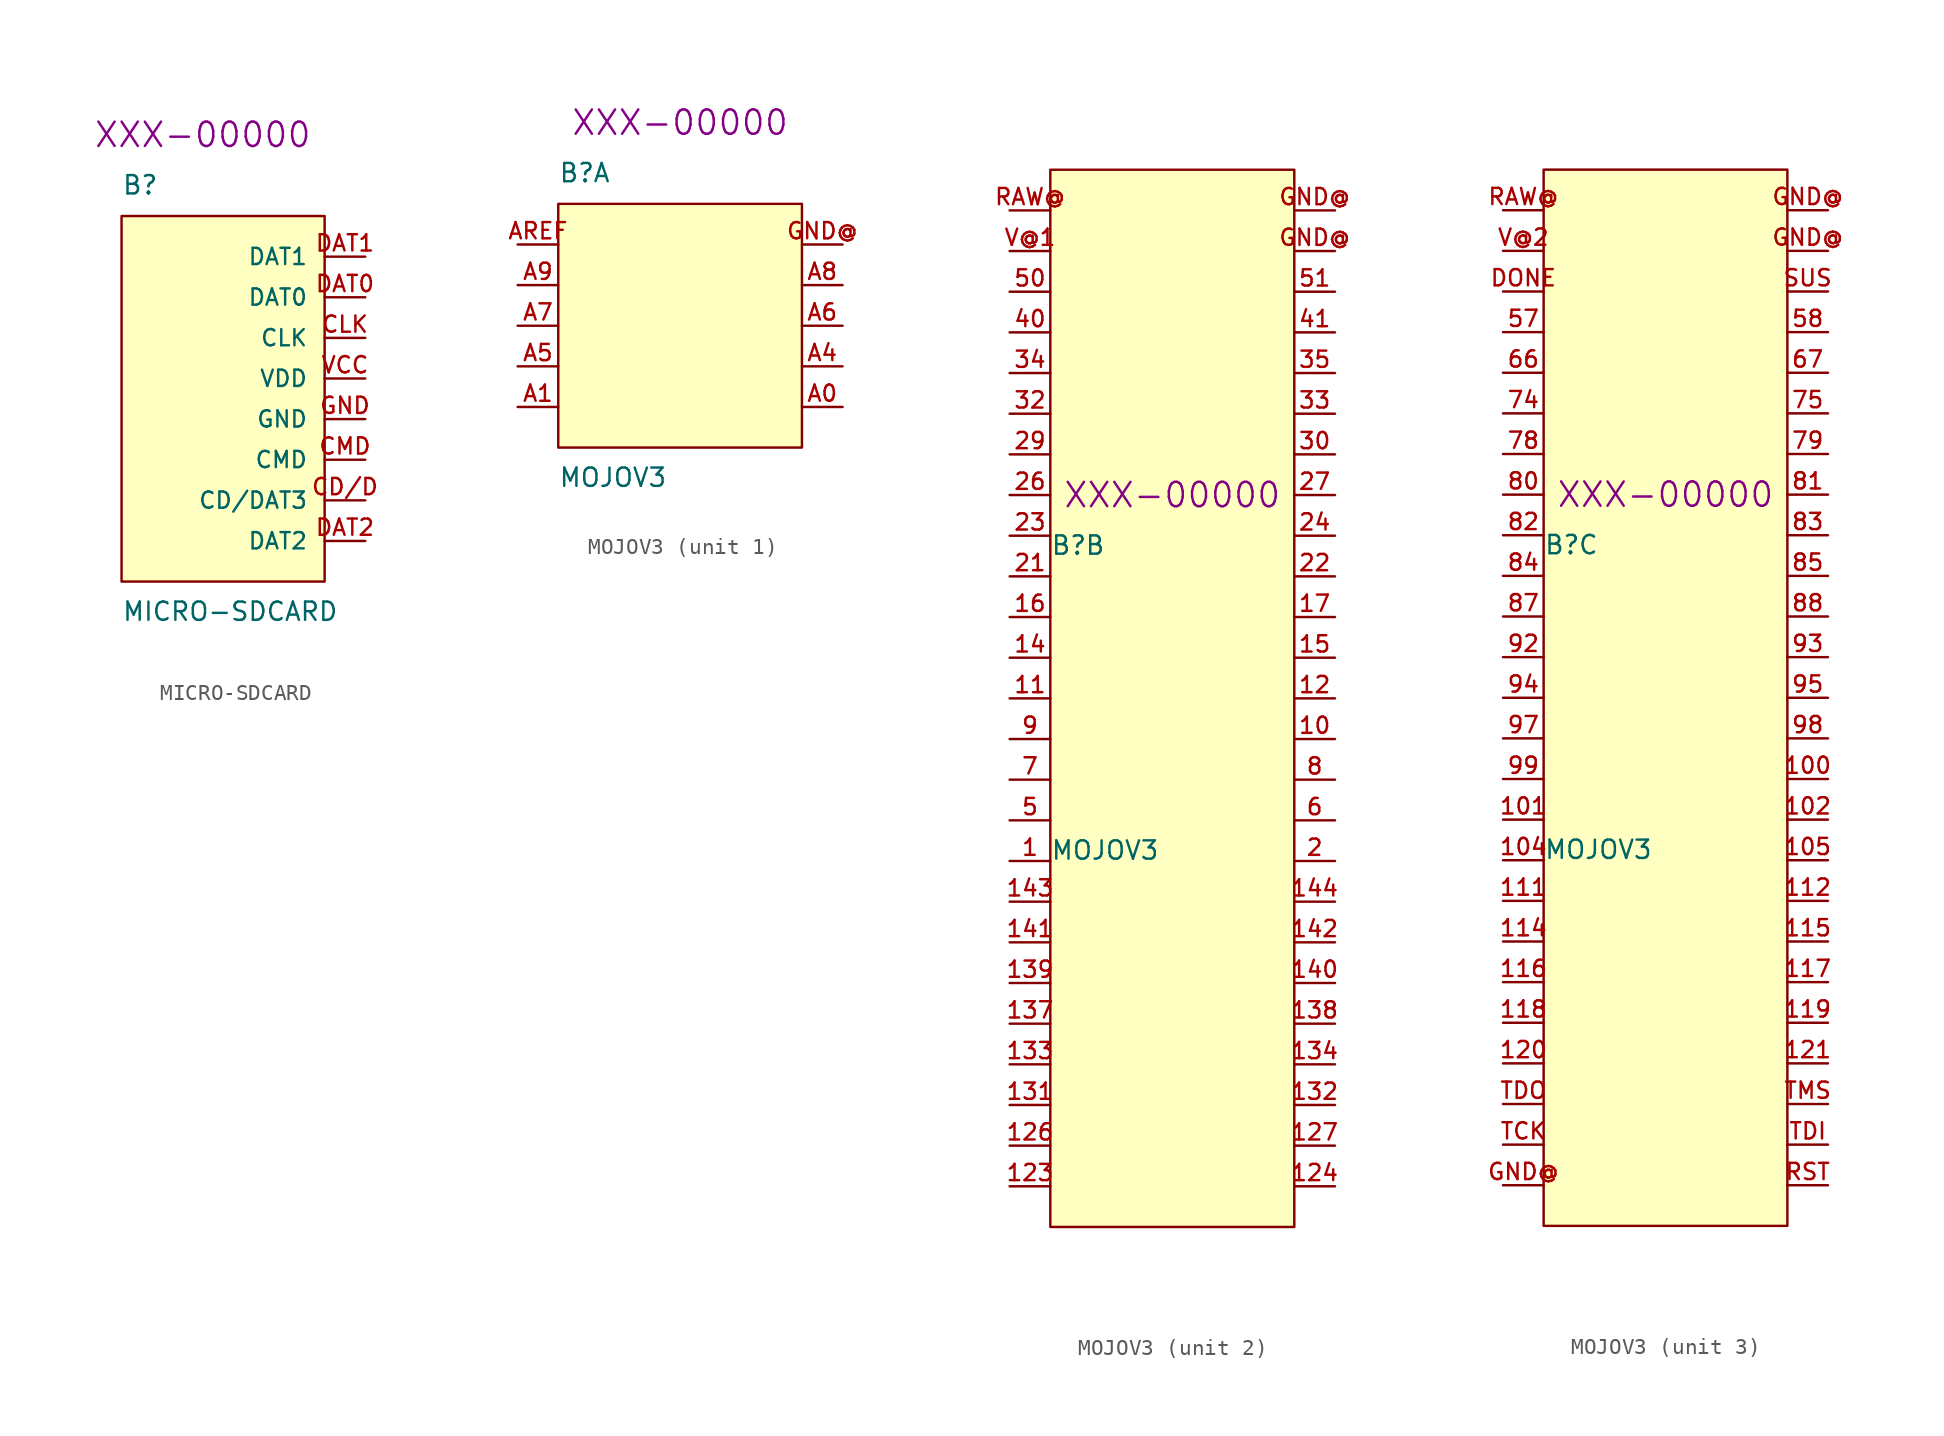
<source format=kicad_sym>
(kicad_symbol_lib
  (version 20211014)
  (generator kicad_symbol_editor)
  (symbol "MICRO-SDCARD"
    (pin_names
      (offset 1.016))
    (property "Reference" "B"
      (at -5.08 13.97 0)
      (effects (font (size 1.143 1.143)) (justify left bottom)))
    (property "Value" "MICRO-SDCARD"
      (at -5.08 -12.7 0)
      (effects (font (size 1.143 1.143)) (justify left bottom)))
    (property "Field4" "XXX-00000"
      (at 0 17.78 0)
      (effects (font (size 1.524 1.524))))
    (property "ki_locked" ""
      (at 0 0 0)
      (effects (font (size 1.27 1.27))))
    (symbol "MICRO-SDCARD_1_1"
      (polyline (pts (xy 7.62 12.7) (xy 7.62 -10.16) (xy -5.08 -10.16) (xy -5.08 12.7) (xy 7.62 12.7)) (stroke (width 0) (type default) (color 0 0 0 0)) (fill (type background)))
      (pin bidirectional line (at 10.16 -5.08 180) (length 2.54) (name "CD/DAT3" (effects (font (size 1.016 1.016)))) (number "CD/D" (effects (font (size 1.016 1.016)))))
      (pin bidirectional line (at 10.16 5.08 180) (length 2.54) (name "CLK" (effects (font (size 1.016 1.016)))) (number "CLK" (effects (font (size 1.016 1.016)))))
      (pin bidirectional line (at 10.16 -2.54 180) (length 2.54) (name "CMD" (effects (font (size 1.016 1.016)))) (number "CMD" (effects (font (size 1.016 1.016)))))
      (pin bidirectional line (at 10.16 7.62 180) (length 2.54) (name "DAT0" (effects (font (size 1.016 1.016)))) (number "DAT0" (effects (font (size 1.016 1.016)))))
      (pin bidirectional line (at 10.16 10.16 180) (length 2.54) (name "DAT1" (effects (font (size 1.016 1.016)))) (number "DAT1" (effects (font (size 1.016 1.016)))))
      (pin bidirectional line (at 10.16 -7.62 180) (length 2.54) (name "DAT2" (effects (font (size 1.016 1.016)))) (number "DAT2" (effects (font (size 1.016 1.016)))))
      (pin power_in line (at 10.16 0 180) (length 2.54) (name "GND" (effects (font (size 1.016 1.016)))) (number "GND" (effects (font (size 1.016 1.016)))))
      (pin power_in line (at 10.16 2.54 180) (length 2.54) (name "VDD" (effects (font (size 1.016 1.016)))) (number "VCC" (effects (font (size 1.016 1.016)))))))
  (symbol "MOJOV3"
    (pin_names
      (offset 1.016) hide)
    (property "Reference" "B"
      (at -7.62 8.89 0)
      (effects (font (size 1.143 1.143)) (justify left bottom)))
    (property "Value" "MOJOV3"
      (at -7.62 -10.16 0)
      (effects (font (size 1.143 1.143)) (justify left bottom)))
    (property "Field4" "XXX-00000"
      (at 0 12.7 0)
      (effects (font (size 1.524 1.524))))
    (property "ki_locked" ""
      (at 0 0 0)
      (effects (font (size 1.27 1.27))))
    (symbol "MOJOV3_1_1"
      (polyline (pts (xy -7.62 7.62) (xy 7.62 7.62) (xy 7.62 -7.62) (xy -7.62 -7.62) (xy -7.62 7.62)) (stroke (width 0) (type default) (color 0 0 0 0)) (fill (type background)))
      (pin input line (at 10.16 -5.08 180) (length 2.54) (name "A0" (effects (font (size 1.016 1.016)))) (number "A0" (effects (font (size 1.016 1.016)))))
      (pin input line (at -10.16 -5.08 0) (length 2.54) (name "A1" (effects (font (size 1.016 1.016)))) (number "A1" (effects (font (size 1.016 1.016)))))
      (pin input line (at 10.16 -2.54 180) (length 2.54) (name "A4" (effects (font (size 1.016 1.016)))) (number "A4" (effects (font (size 1.016 1.016)))))
      (pin input line (at -10.16 -2.54 0) (length 2.54) (name "A5" (effects (font (size 1.016 1.016)))) (number "A5" (effects (font (size 1.016 1.016)))))
      (pin input line (at 10.16 0 180) (length 2.54) (name "A6" (effects (font (size 1.016 1.016)))) (number "A6" (effects (font (size 1.016 1.016)))))
      (pin input line (at -10.16 0 0) (length 2.54) (name "A7" (effects (font (size 1.016 1.016)))) (number "A7" (effects (font (size 1.016 1.016)))))
      (pin input line (at 10.16 2.54 180) (length 2.54) (name "A8" (effects (font (size 1.016 1.016)))) (number "A8" (effects (font (size 1.016 1.016)))))
      (pin input line (at -10.16 2.54 0) (length 2.54) (name "A9" (effects (font (size 1.016 1.016)))) (number "A9" (effects (font (size 1.016 1.016)))))
      (pin input line (at -10.16 5.08 0) (length 2.54) (name "AREF" (effects (font (size 1.016 1.016)))) (number "AREF" (effects (font (size 1.016 1.016)))))
      (pin power_out line (at 10.16 5.08 180) (length 2.54) (name "GND" (effects (font (size 1.016 1.016)))) (number "GND@" (effects (font (size 1.016 1.016))))))
    (symbol "MOJOV3_2_1"
      (polyline (pts (xy -7.62 33.02) (xy 7.62 33.02) (xy 7.62 -33.02) (xy -7.62 -33.02) (xy -7.62 33.02)) (stroke (width 0) (type default) (color 0 0 0 0)) (fill (type background)))
      (pin bidirectional line (at -10.16 -10.16 0) (length 2.54) (name "1" (effects (font (size 1.016 1.016)))) (number "1" (effects (font (size 1.016 1.016)))))
      (pin bidirectional line (at 10.16 -2.54 180) (length 2.54) (name "10" (effects (font (size 1.016 1.016)))) (number "10" (effects (font (size 1.016 1.016)))))
      (pin bidirectional line (at -10.16 0 0) (length 2.54) (name "11" (effects (font (size 1.016 1.016)))) (number "11" (effects (font (size 1.016 1.016)))))
      (pin bidirectional line (at 10.16 0 180) (length 2.54) (name "12" (effects (font (size 1.016 1.016)))) (number "12" (effects (font (size 1.016 1.016)))))
      (pin bidirectional line (at -10.16 -30.48 0) (length 2.54) (name "123" (effects (font (size 1.016 1.016)))) (number "123" (effects (font (size 1.016 1.016)))))
      (pin bidirectional line (at 10.16 -30.48 180) (length 2.54) (name "124" (effects (font (size 1.016 1.016)))) (number "124" (effects (font (size 1.016 1.016)))))
      (pin bidirectional line (at -10.16 -27.94 0) (length 2.54) (name "126" (effects (font (size 1.016 1.016)))) (number "126" (effects (font (size 1.016 1.016)))))
      (pin bidirectional line (at 10.16 -27.94 180) (length 2.54) (name "127" (effects (font (size 1.016 1.016)))) (number "127" (effects (font (size 1.016 1.016)))))
      (pin bidirectional line (at -10.16 -25.4 0) (length 2.54) (name "131" (effects (font (size 1.016 1.016)))) (number "131" (effects (font (size 1.016 1.016)))))
      (pin bidirectional line (at 10.16 -25.4 180) (length 2.54) (name "132" (effects (font (size 1.016 1.016)))) (number "132" (effects (font (size 1.016 1.016)))))
      (pin bidirectional line (at -10.16 -22.86 0) (length 2.54) (name "133" (effects (font (size 1.016 1.016)))) (number "133" (effects (font (size 1.016 1.016)))))
      (pin bidirectional line (at 10.16 -22.86 180) (length 2.54) (name "134" (effects (font (size 1.016 1.016)))) (number "134" (effects (font (size 1.016 1.016)))))
      (pin bidirectional line (at -10.16 -20.32 0) (length 2.54) (name "137" (effects (font (size 1.016 1.016)))) (number "137" (effects (font (size 1.016 1.016)))))
      (pin bidirectional line (at 10.16 -20.32 180) (length 2.54) (name "138" (effects (font (size 1.016 1.016)))) (number "138" (effects (font (size 1.016 1.016)))))
      (pin bidirectional line (at -10.16 -17.78 0) (length 2.54) (name "139" (effects (font (size 1.016 1.016)))) (number "139" (effects (font (size 1.016 1.016)))))
      (pin bidirectional line (at -10.16 2.54 0) (length 2.54) (name "14" (effects (font (size 1.016 1.016)))) (number "14" (effects (font (size 1.016 1.016)))))
      (pin bidirectional line (at 10.16 -17.78 180) (length 2.54) (name "140" (effects (font (size 1.016 1.016)))) (number "140" (effects (font (size 1.016 1.016)))))
      (pin bidirectional line (at -10.16 -15.24 0) (length 2.54) (name "141" (effects (font (size 1.016 1.016)))) (number "141" (effects (font (size 1.016 1.016)))))
      (pin bidirectional line (at 10.16 -15.24 180) (length 2.54) (name "142" (effects (font (size 1.016 1.016)))) (number "142" (effects (font (size 1.016 1.016)))))
      (pin bidirectional line (at -10.16 -12.7 0) (length 2.54) (name "143" (effects (font (size 1.016 1.016)))) (number "143" (effects (font (size 1.016 1.016)))))
      (pin bidirectional line (at 10.16 -12.7 180) (length 2.54) (name "144" (effects (font (size 1.016 1.016)))) (number "144" (effects (font (size 1.016 1.016)))))
      (pin bidirectional line (at 10.16 2.54 180) (length 2.54) (name "15" (effects (font (size 1.016 1.016)))) (number "15" (effects (font (size 1.016 1.016)))))
      (pin bidirectional line (at -10.16 5.08 0) (length 2.54) (name "16" (effects (font (size 1.016 1.016)))) (number "16" (effects (font (size 1.016 1.016)))))
      (pin bidirectional line (at 10.16 5.08 180) (length 2.54) (name "17" (effects (font (size 1.016 1.016)))) (number "17" (effects (font (size 1.016 1.016)))))
      (pin bidirectional line (at 10.16 -10.16 180) (length 2.54) (name "2" (effects (font (size 1.016 1.016)))) (number "2" (effects (font (size 1.016 1.016)))))
      (pin bidirectional line (at -10.16 7.62 0) (length 2.54) (name "21" (effects (font (size 1.016 1.016)))) (number "21" (effects (font (size 1.016 1.016)))))
      (pin bidirectional line (at 10.16 7.62 180) (length 2.54) (name "22" (effects (font (size 1.016 1.016)))) (number "22" (effects (font (size 1.016 1.016)))))
      (pin bidirectional line (at -10.16 10.16 0) (length 2.54) (name "23" (effects (font (size 1.016 1.016)))) (number "23" (effects (font (size 1.016 1.016)))))
      (pin bidirectional line (at 10.16 10.16 180) (length 2.54) (name "24" (effects (font (size 1.016 1.016)))) (number "24" (effects (font (size 1.016 1.016)))))
      (pin bidirectional line (at -10.16 12.7 0) (length 2.54) (name "26" (effects (font (size 1.016 1.016)))) (number "26" (effects (font (size 1.016 1.016)))))
      (pin bidirectional line (at 10.16 12.7 180) (length 2.54) (name "27" (effects (font (size 1.016 1.016)))) (number "27" (effects (font (size 1.016 1.016)))))
      (pin bidirectional line (at -10.16 15.24 0) (length 2.54) (name "29" (effects (font (size 1.016 1.016)))) (number "29" (effects (font (size 1.016 1.016)))))
      (pin bidirectional line (at 10.16 15.24 180) (length 2.54) (name "30" (effects (font (size 1.016 1.016)))) (number "30" (effects (font (size 1.016 1.016)))))
      (pin bidirectional line (at -10.16 17.78 0) (length 2.54) (name "32" (effects (font (size 1.016 1.016)))) (number "32" (effects (font (size 1.016 1.016)))))
      (pin bidirectional line (at 10.16 17.78 180) (length 2.54) (name "33" (effects (font (size 1.016 1.016)))) (number "33" (effects (font (size 1.016 1.016)))))
      (pin bidirectional line (at -10.16 20.32 0) (length 2.54) (name "34" (effects (font (size 1.016 1.016)))) (number "34" (effects (font (size 1.016 1.016)))))
      (pin bidirectional line (at 10.16 20.32 180) (length 2.54) (name "35" (effects (font (size 1.016 1.016)))) (number "35" (effects (font (size 1.016 1.016)))))
      (pin bidirectional line (at -10.16 22.86 0) (length 2.54) (name "40" (effects (font (size 1.016 1.016)))) (number "40" (effects (font (size 1.016 1.016)))))
      (pin bidirectional line (at 10.16 22.86 180) (length 2.54) (name "41" (effects (font (size 1.016 1.016)))) (number "41" (effects (font (size 1.016 1.016)))))
      (pin bidirectional line (at -10.16 -7.62 0) (length 2.54) (name "5" (effects (font (size 1.016 1.016)))) (number "5" (effects (font (size 1.016 1.016)))))
      (pin bidirectional line (at -10.16 25.4 0) (length 2.54) (name "50" (effects (font (size 1.016 1.016)))) (number "50" (effects (font (size 1.016 1.016)))))
      (pin bidirectional line (at 10.16 25.4 180) (length 2.54) (name "51" (effects (font (size 1.016 1.016)))) (number "51" (effects (font (size 1.016 1.016)))))
      (pin bidirectional line (at 10.16 -7.62 180) (length 2.54) (name "6" (effects (font (size 1.016 1.016)))) (number "6" (effects (font (size 1.016 1.016)))))
      (pin bidirectional line (at -10.16 -5.08 0) (length 2.54) (name "7" (effects (font (size 1.016 1.016)))) (number "7" (effects (font (size 1.016 1.016)))))
      (pin bidirectional line (at 10.16 -5.08 180) (length 2.54) (name "8" (effects (font (size 1.016 1.016)))) (number "8" (effects (font (size 1.016 1.016)))))
      (pin bidirectional line (at -10.16 -2.54 0) (length 2.54) (name "9" (effects (font (size 1.016 1.016)))) (number "9" (effects (font (size 1.016 1.016)))))
      (pin power_out line (at 10.16 27.94 180) (length 2.54) (name "GND" (effects (font (size 1.016 1.016)))) (number "GND@" (effects (font (size 1.016 1.016)))))
      (pin power_out line (at 10.16 30.48 180) (length 2.54) (name "GND" (effects (font (size 1.016 1.016)))) (number "GND@" (effects (font (size 1.016 1.016)))))
      (pin power_out line (at -10.16 30.48 0) (length 2.54) (name "RAW" (effects (font (size 1.016 1.016)))) (number "RAW@" (effects (font (size 1.016 1.016)))))
      (pin power_out line (at -10.16 27.94 0) (length 2.54) (name "+V" (effects (font (size 1.016 1.016)))) (number "V@1" (effects (font (size 1.016 1.016))))))
    (symbol "MOJOV3_3_1"
      (polyline (pts (xy -7.62 33.02) (xy 7.62 33.02) (xy 7.62 -33.02) (xy -7.62 -33.02) (xy -7.62 33.02)) (stroke (width 0) (type default) (color 0 0 0 0)) (fill (type background)))
      (pin bidirectional line (at 10.16 -5.08 180) (length 2.54) (name "100" (effects (font (size 1.016 1.016)))) (number "100" (effects (font (size 1.016 1.016)))))
      (pin bidirectional line (at -10.16 -7.62 0) (length 2.54) (name "101" (effects (font (size 1.016 1.016)))) (number "101" (effects (font (size 1.016 1.016)))))
      (pin bidirectional line (at 10.16 -7.62 180) (length 2.54) (name "102" (effects (font (size 1.016 1.016)))) (number "102" (effects (font (size 1.016 1.016)))))
      (pin bidirectional line (at -10.16 -10.16 0) (length 2.54) (name "104" (effects (font (size 1.016 1.016)))) (number "104" (effects (font (size 1.016 1.016)))))
      (pin bidirectional line (at 10.16 -10.16 180) (length 2.54) (name "105" (effects (font (size 1.016 1.016)))) (number "105" (effects (font (size 1.016 1.016)))))
      (pin bidirectional line (at -10.16 -12.7 0) (length 2.54) (name "111" (effects (font (size 1.016 1.016)))) (number "111" (effects (font (size 1.016 1.016)))))
      (pin bidirectional line (at 10.16 -12.7 180) (length 2.54) (name "112" (effects (font (size 1.016 1.016)))) (number "112" (effects (font (size 1.016 1.016)))))
      (pin bidirectional line (at -10.16 -15.24 0) (length 2.54) (name "114" (effects (font (size 1.016 1.016)))) (number "114" (effects (font (size 1.016 1.016)))))
      (pin bidirectional line (at 10.16 -15.24 180) (length 2.54) (name "115" (effects (font (size 1.016 1.016)))) (number "115" (effects (font (size 1.016 1.016)))))
      (pin bidirectional line (at -10.16 -17.78 0) (length 2.54) (name "116" (effects (font (size 1.016 1.016)))) (number "116" (effects (font (size 1.016 1.016)))))
      (pin bidirectional line (at 10.16 -17.78 180) (length 2.54) (name "117" (effects (font (size 1.016 1.016)))) (number "117" (effects (font (size 1.016 1.016)))))
      (pin bidirectional line (at -10.16 -20.32 0) (length 2.54) (name "118" (effects (font (size 1.016 1.016)))) (number "118" (effects (font (size 1.016 1.016)))))
      (pin bidirectional line (at 10.16 -20.32 180) (length 2.54) (name "119" (effects (font (size 1.016 1.016)))) (number "119" (effects (font (size 1.016 1.016)))))
      (pin bidirectional line (at -10.16 -22.86 0) (length 2.54) (name "120" (effects (font (size 1.016 1.016)))) (number "120" (effects (font (size 1.016 1.016)))))
      (pin bidirectional line (at 10.16 -22.86 180) (length 2.54) (name "121" (effects (font (size 1.016 1.016)))) (number "121" (effects (font (size 1.016 1.016)))))
      (pin bidirectional line (at -10.16 22.86 0) (length 2.54) (name "57" (effects (font (size 1.016 1.016)))) (number "57" (effects (font (size 1.016 1.016)))))
      (pin bidirectional line (at 10.16 22.86 180) (length 2.54) (name "58" (effects (font (size 1.016 1.016)))) (number "58" (effects (font (size 1.016 1.016)))))
      (pin bidirectional line (at -10.16 20.32 0) (length 2.54) (name "66" (effects (font (size 1.016 1.016)))) (number "66" (effects (font (size 1.016 1.016)))))
      (pin bidirectional line (at 10.16 20.32 180) (length 2.54) (name "67" (effects (font (size 1.016 1.016)))) (number "67" (effects (font (size 1.016 1.016)))))
      (pin bidirectional line (at -10.16 17.78 0) (length 2.54) (name "74" (effects (font (size 1.016 1.016)))) (number "74" (effects (font (size 1.016 1.016)))))
      (pin bidirectional line (at 10.16 17.78 180) (length 2.54) (name "75" (effects (font (size 1.016 1.016)))) (number "75" (effects (font (size 1.016 1.016)))))
      (pin bidirectional line (at -10.16 15.24 0) (length 2.54) (name "78" (effects (font (size 1.016 1.016)))) (number "78" (effects (font (size 1.016 1.016)))))
      (pin bidirectional line (at 10.16 15.24 180) (length 2.54) (name "79" (effects (font (size 1.016 1.016)))) (number "79" (effects (font (size 1.016 1.016)))))
      (pin bidirectional line (at -10.16 12.7 0) (length 2.54) (name "80" (effects (font (size 1.016 1.016)))) (number "80" (effects (font (size 1.016 1.016)))))
      (pin bidirectional line (at 10.16 12.7 180) (length 2.54) (name "81" (effects (font (size 1.016 1.016)))) (number "81" (effects (font (size 1.016 1.016)))))
      (pin bidirectional line (at -10.16 10.16 0) (length 2.54) (name "82" (effects (font (size 1.016 1.016)))) (number "82" (effects (font (size 1.016 1.016)))))
      (pin bidirectional line (at 10.16 10.16 180) (length 2.54) (name "83" (effects (font (size 1.016 1.016)))) (number "83" (effects (font (size 1.016 1.016)))))
      (pin bidirectional line (at -10.16 7.62 0) (length 2.54) (name "84" (effects (font (size 1.016 1.016)))) (number "84" (effects (font (size 1.016 1.016)))))
      (pin bidirectional line (at 10.16 7.62 180) (length 2.54) (name "85" (effects (font (size 1.016 1.016)))) (number "85" (effects (font (size 1.016 1.016)))))
      (pin bidirectional line (at -10.16 5.08 0) (length 2.54) (name "87" (effects (font (size 1.016 1.016)))) (number "87" (effects (font (size 1.016 1.016)))))
      (pin bidirectional line (at 10.16 5.08 180) (length 2.54) (name "88" (effects (font (size 1.016 1.016)))) (number "88" (effects (font (size 1.016 1.016)))))
      (pin bidirectional line (at -10.16 2.54 0) (length 2.54) (name "92" (effects (font (size 1.016 1.016)))) (number "92" (effects (font (size 1.016 1.016)))))
      (pin bidirectional line (at 10.16 2.54 180) (length 2.54) (name "93" (effects (font (size 1.016 1.016)))) (number "93" (effects (font (size 1.016 1.016)))))
      (pin bidirectional line (at -10.16 0 0) (length 2.54) (name "94" (effects (font (size 1.016 1.016)))) (number "94" (effects (font (size 1.016 1.016)))))
      (pin bidirectional line (at 10.16 0 180) (length 2.54) (name "95" (effects (font (size 1.016 1.016)))) (number "95" (effects (font (size 1.016 1.016)))))
      (pin bidirectional line (at -10.16 -2.54 0) (length 2.54) (name "97" (effects (font (size 1.016 1.016)))) (number "97" (effects (font (size 1.016 1.016)))))
      (pin bidirectional line (at 10.16 -2.54 180) (length 2.54) (name "98" (effects (font (size 1.016 1.016)))) (number "98" (effects (font (size 1.016 1.016)))))
      (pin bidirectional line (at -10.16 -5.08 0) (length 2.54) (name "99" (effects (font (size 1.016 1.016)))) (number "99" (effects (font (size 1.016 1.016)))))
      (pin bidirectional line (at -10.16 25.4 0) (length 2.54) (name "DONE" (effects (font (size 1.016 1.016)))) (number "DONE" (effects (font (size 1.016 1.016)))))
      (pin power_out line (at -10.16 -30.48 0) (length 2.54) (name "GND" (effects (font (size 1.016 1.016)))) (number "GND@" (effects (font (size 1.016 1.016)))))
      (pin power_out line (at 10.16 27.94 180) (length 2.54) (name "GND" (effects (font (size 1.016 1.016)))) (number "GND@" (effects (font (size 1.016 1.016)))))
      (pin power_out line (at 10.16 30.48 180) (length 2.54) (name "GND" (effects (font (size 1.016 1.016)))) (number "GND@" (effects (font (size 1.016 1.016)))))
      (pin power_out line (at -10.16 30.48 0) (length 2.54) (name "RAW" (effects (font (size 1.016 1.016)))) (number "RAW@" (effects (font (size 1.016 1.016)))))
      (pin input line (at 10.16 -30.48 180) (length 2.54) (name "RST" (effects (font (size 1.016 1.016)))) (number "RST" (effects (font (size 1.016 1.016)))))
      (pin input line (at 10.16 25.4 180) (length 2.54) (name "SUS" (effects (font (size 1.016 1.016)))) (number "SUS" (effects (font (size 1.016 1.016)))))
      (pin input line (at -10.16 -27.94 0) (length 2.54) (name "TCK" (effects (font (size 1.016 1.016)))) (number "TCK" (effects (font (size 1.016 1.016)))))
      (pin input line (at 10.16 -27.94 180) (length 2.54) (name "TDI" (effects (font (size 1.016 1.016)))) (number "TDI" (effects (font (size 1.016 1.016)))))
      (pin output line (at -10.16 -25.4 0) (length 2.54) (name "TDO" (effects (font (size 1.016 1.016)))) (number "TDO" (effects (font (size 1.016 1.016)))))
      (pin input line (at 10.16 -25.4 180) (length 2.54) (name "TMS" (effects (font (size 1.016 1.016)))) (number "TMS" (effects (font (size 1.016 1.016)))))
      (pin power_out line (at -10.16 27.94 0) (length 2.54) (name "+V" (effects (font (size 1.016 1.016)))) (number "V@2" (effects (font (size 1.016 1.016))))))))
</source>
